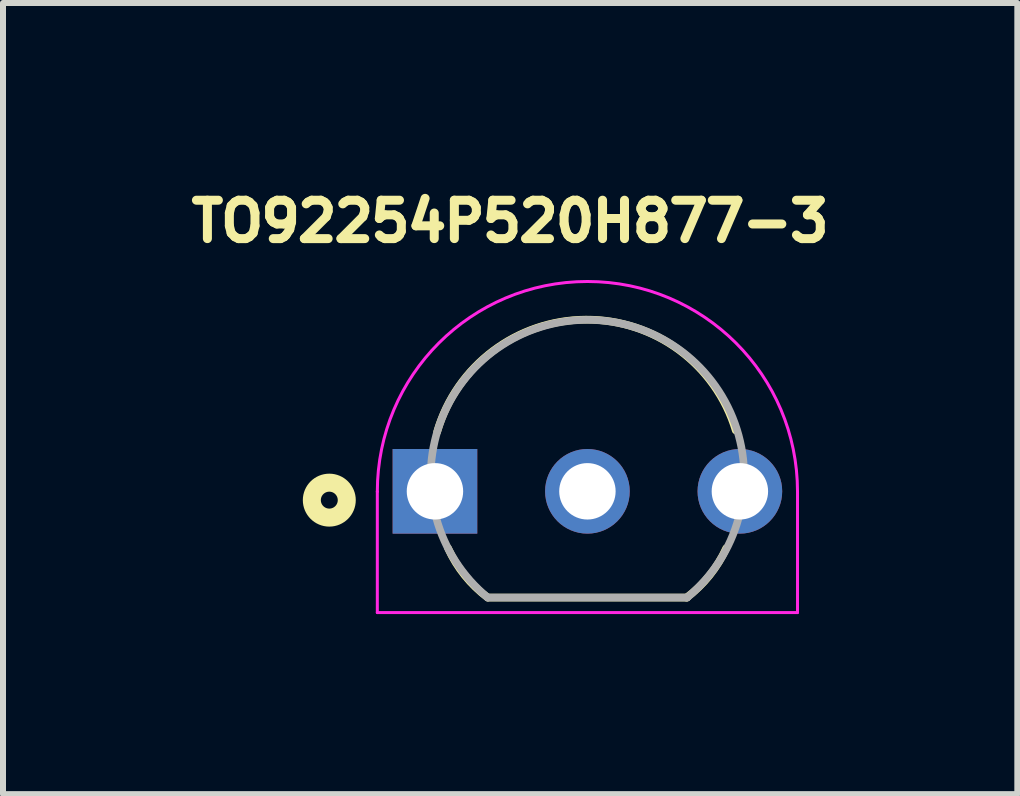
<source format=kicad_pcb>
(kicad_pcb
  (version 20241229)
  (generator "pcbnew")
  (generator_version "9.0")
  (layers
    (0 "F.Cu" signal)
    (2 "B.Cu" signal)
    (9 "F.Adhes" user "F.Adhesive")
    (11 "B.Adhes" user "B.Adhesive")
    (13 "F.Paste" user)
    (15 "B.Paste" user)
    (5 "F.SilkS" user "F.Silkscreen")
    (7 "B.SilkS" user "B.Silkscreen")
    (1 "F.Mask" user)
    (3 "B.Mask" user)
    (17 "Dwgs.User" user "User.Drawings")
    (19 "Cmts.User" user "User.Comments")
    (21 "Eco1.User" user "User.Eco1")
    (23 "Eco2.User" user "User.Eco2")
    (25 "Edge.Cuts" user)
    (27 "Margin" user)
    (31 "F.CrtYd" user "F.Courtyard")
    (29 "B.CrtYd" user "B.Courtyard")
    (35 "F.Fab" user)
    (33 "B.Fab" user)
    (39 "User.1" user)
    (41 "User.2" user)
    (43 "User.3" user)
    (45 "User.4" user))
  (footprint "TO92254P520H877-3"
    (layer "F.Cu")
    (at 6.736 4.282)
    (property "Reference" "TO92254P520H877-3" (at -1.287 -3.645 0) (layer "F.SilkS") (effects (font (size 0.64 0.64) (thickness 0.15))))
    (attr through_hole)
    (fp_line (start -1.661 2.623) (end 1.661 2.623) (stroke (width 0.127) (type solid)) (layer "F.SilkS"))
    (fp_arc (start -2.503001 -0.139) (mid -0.024214 -2.007132) (end 2.471 -0.161) (stroke (width 0.127) (type solid)) (layer "F.SilkS"))
    (fp_arc (start -1.661 2.623) (mid -2.04385 2.253545) (end -2.322 1.8) (stroke (width 0.127) (type solid)) (layer "F.SilkS"))
    (fp_arc (start 2.312 1.801) (mid 2.033849 2.254545) (end 1.651 2.624) (stroke (width 0.127) (type solid)) (layer "F.SilkS"))
    (fp_circle (center -4.3 1) (end -4.159 1) (stroke (width 0.3) (type solid)) (fill no) (layer "F.SilkS"))
    (fp_line (start -3.5 0.858) (end -3.5 2.873) (stroke (width 0.05) (type solid)) (layer "F.CrtYd"))
    (fp_line (start -3.5 2.873) (end 3.5 2.873) (stroke (width 0.05) (type solid)) (layer "F.CrtYd"))
    (fp_line (start 3.5 2.873) (end 3.5 0.858) (stroke (width 0.05) (type solid)) (layer "F.CrtYd"))
    (fp_arc (start -3.5 0.8575) (mid 0 -2.6425) (end 3.5 0.8575) (stroke (width 0.05) (type solid)) (layer "F.CrtYd"))
    (fp_line (start -1.661 2.623) (end 1.661 2.623) (stroke (width 0.127) (type solid)) (layer "F.Fab"))
    (fp_arc (start -1.661 2.623) (mid 0 -2.003268) (end 1.661 2.623) (stroke (width 0.127) (type solid)) (layer "F.Fab"))
    (pad "1" thru_hole rect (at -2.54 0.853) (size 1.41 1.41) (drill 0.94) (layers "*.Cu" "*.Mask"))
    (pad "2" thru_hole circle (at 0 0.853) (size 1.41 1.41) (drill 0.94) (layers "*.Cu" "*.Mask"))
    (pad "3" thru_hole circle (at 2.54 0.853) (size 1.41 1.41) (drill 0.94) (layers "*.Cu" "*.Mask")))
  (gr_rect
    (start -3 -3)
    (end 13.898 10.18)
    (stroke (width 0.1) (type default))
    (fill no)
    (layer "Edge.Cuts")))
</source>
